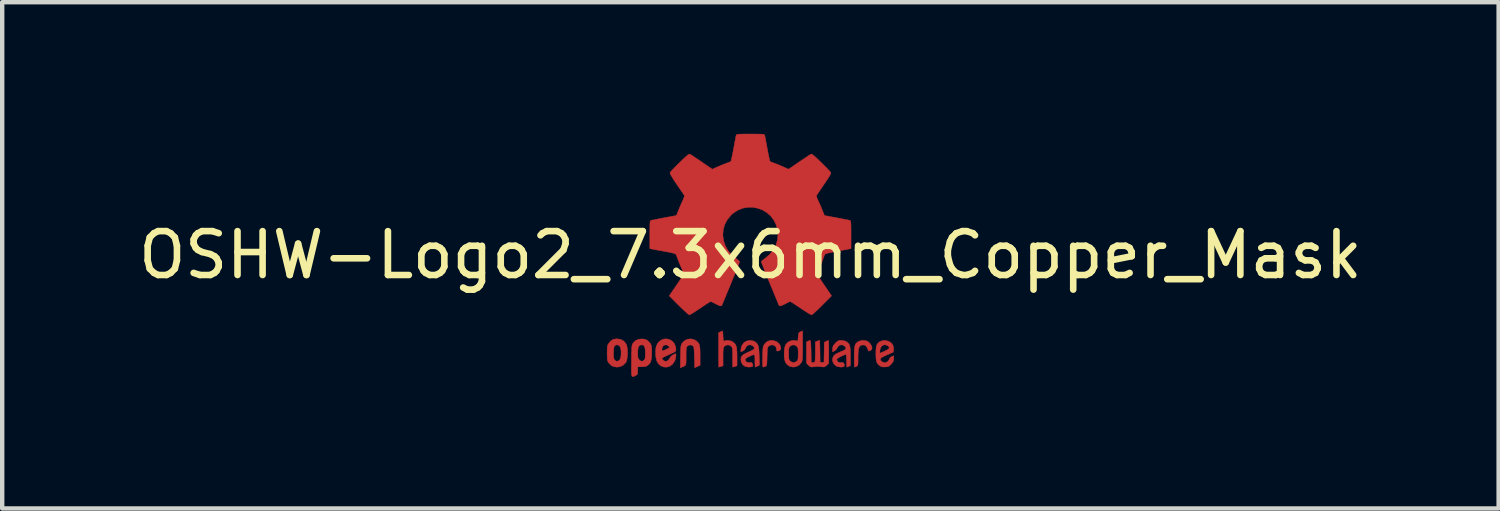
<source format=kicad_pcb>
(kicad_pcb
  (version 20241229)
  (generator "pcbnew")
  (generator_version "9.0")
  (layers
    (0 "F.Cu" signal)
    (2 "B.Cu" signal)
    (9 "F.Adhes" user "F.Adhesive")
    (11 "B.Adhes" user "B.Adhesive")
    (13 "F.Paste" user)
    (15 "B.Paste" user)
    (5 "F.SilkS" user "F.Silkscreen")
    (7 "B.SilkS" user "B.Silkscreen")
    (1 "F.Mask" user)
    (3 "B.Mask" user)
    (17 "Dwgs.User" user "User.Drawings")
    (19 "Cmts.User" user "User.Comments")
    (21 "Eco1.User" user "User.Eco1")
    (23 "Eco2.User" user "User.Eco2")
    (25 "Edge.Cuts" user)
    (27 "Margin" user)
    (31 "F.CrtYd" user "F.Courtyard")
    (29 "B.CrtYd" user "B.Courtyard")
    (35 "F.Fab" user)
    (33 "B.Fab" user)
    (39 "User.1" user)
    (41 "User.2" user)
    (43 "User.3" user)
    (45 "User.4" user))
  (footprint "OSHW-Logo2_7.3x6mm_Copper_Mask"
    (layer "F.Cu")
    (at 14.054 2.763)
    (property "Reference" "OSHW-Logo2_7.3x6mm_Copper_Mask" (at 0 0 0) (layer "F.SilkS") (effects (font (size 1 1) (thickness 0.15))))
    (attr exclude_from_pos_files exclude_from_bom)
    (fp_poly (pts (xy 2.653 1.959) (xy 2.67 1.966) (xy 2.711 1.999) (xy 2.747 2.047) (xy 2.769 2.097) (xy 2.772 2.122) (xy 2.76 2.157) (xy 2.734 2.175) (xy 2.706 2.187) (xy 2.693 2.189) (xy 2.687 2.174) (xy 2.674 2.141) (xy 2.669 2.127) (xy 2.639 2.076) (xy 2.595 2.05) (xy 2.538 2.051) (xy 2.534 2.052) (xy 2.504 2.067) (xy 2.481 2.094) (xy 2.466 2.139) (xy 2.457 2.205) (xy 2.453 2.294) (xy 2.453 2.341) (xy 2.453 2.416) (xy 2.452 2.467) (xy 2.448 2.499) (xy 2.442 2.518) (xy 2.432 2.529) (xy 2.417 2.537) (xy 2.416 2.538) (xy 2.387 2.55) (xy 2.372 2.555) (xy 2.37 2.541) (xy 2.368 2.503) (xy 2.367 2.446) (xy 2.366 2.374) (xy 2.366 2.322) (xy 2.367 2.22) (xy 2.37 2.143) (xy 2.377 2.086) (xy 2.389 2.045) (xy 2.407 2.014) (xy 2.432 1.99) (xy 2.457 1.973) (xy 2.517 1.951) (xy 2.587 1.946) (xy 2.653 1.959)) (stroke (width 0.01) (type solid)) (fill yes) (layer "F.Cu"))
    (fp_poly (pts (xy -1.284 1.928) (xy -1.237 1.955) (xy -1.205 1.981) (xy -1.181 2.009) (xy -1.165 2.044) (xy -1.155 2.089) (xy -1.149 2.151) (xy -1.147 2.234) (xy -1.147 2.293) (xy -1.147 2.512) (xy -1.208 2.54) (xy -1.27 2.568) (xy -1.277 2.328) (xy -1.28 2.238) (xy -1.283 2.173) (xy -1.287 2.128) (xy -1.293 2.099) (xy -1.3 2.081) (xy -1.31 2.07) (xy -1.313 2.067) (xy -1.36 2.048) (xy -1.408 2.056) (xy -1.437 2.076) (xy -1.449 2.09) (xy -1.457 2.108) (xy -1.462 2.136) (xy -1.465 2.179) (xy -1.466 2.242) (xy -1.466 2.307) (xy -1.466 2.389) (xy -1.467 2.447) (xy -1.472 2.486) (xy -1.482 2.512) (xy -1.499 2.528) (xy -1.525 2.541) (xy -1.56 2.554) (xy -1.598 2.569) (xy -1.594 2.311) (xy -1.592 2.219) (xy -1.59 2.15) (xy -1.587 2.101) (xy -1.582 2.066) (xy -1.575 2.042) (xy -1.566 2.022) (xy -1.554 2.005) (xy -1.499 1.95) (xy -1.431 1.918) (xy -1.357 1.91) (xy -1.284 1.928)) (stroke (width 0.01) (type solid)) (fill yes) (layer "F.Cu"))
    (fp_poly (pts (xy 0.53 1.95) (xy 0.596 1.974) (xy 0.649 2.017) (xy 0.67 2.047) (xy 0.693 2.103) (xy 0.692 2.143) (xy 0.669 2.17) (xy 0.66 2.175) (xy 0.622 2.189) (xy 0.602 2.185) (xy 0.595 2.161) (xy 0.595 2.148) (xy 0.583 2.099) (xy 0.551 2.065) (xy 0.508 2.048) (xy 0.459 2.053) (xy 0.419 2.074) (xy 0.405 2.087) (xy 0.396 2.101) (xy 0.389 2.124) (xy 0.385 2.159) (xy 0.383 2.212) (xy 0.381 2.288) (xy 0.38 2.312) (xy 0.378 2.394) (xy 0.376 2.451) (xy 0.372 2.49) (xy 0.367 2.513) (xy 0.359 2.526) (xy 0.347 2.535) (xy 0.339 2.538) (xy 0.307 2.55) (xy 0.288 2.555) (xy 0.282 2.541) (xy 0.278 2.5) (xy 0.277 2.431) (xy 0.278 2.334) (xy 0.278 2.319) (xy 0.28 2.23) (xy 0.283 2.165) (xy 0.286 2.119) (xy 0.292 2.087) (xy 0.3 2.064) (xy 0.311 2.044) (xy 0.317 2.035) (xy 0.35 1.998) (xy 0.388 1.969) (xy 0.392 1.966) (xy 0.459 1.946) (xy 0.53 1.95)) (stroke (width 0.01) (type solid)) (fill yes) (layer "F.Cu"))
    (fp_poly (pts (xy -0.624 1.851) (xy -0.62 1.911) (xy -0.615 1.946) (xy -0.608 1.961) (xy -0.598 1.961) (xy -0.595 1.959) (xy -0.552 1.946) (xy -0.497 1.947) (xy -0.44 1.96) (xy -0.405 1.978) (xy -0.369 2.006) (xy -0.342 2.038) (xy -0.324 2.078) (xy -0.313 2.132) (xy -0.307 2.204) (xy -0.305 2.299) (xy -0.305 2.317) (xy -0.305 2.523) (xy -0.351 2.539) (xy -0.383 2.549) (xy -0.401 2.554) (xy -0.401 2.555) (xy -0.403 2.541) (xy -0.405 2.503) (xy -0.406 2.446) (xy -0.406 2.375) (xy -0.406 2.332) (xy -0.407 2.247) (xy -0.408 2.186) (xy -0.41 2.144) (xy -0.415 2.117) (xy -0.422 2.098) (xy -0.433 2.085) (xy -0.44 2.078) (xy -0.487 2.051) (xy -0.538 2.049) (xy -0.584 2.072) (xy -0.593 2.08) (xy -0.605 2.095) (xy -0.614 2.114) (xy -0.619 2.14) (xy -0.622 2.18) (xy -0.624 2.238) (xy -0.624 2.318) (xy -0.624 2.523) (xy -0.67 2.539) (xy -0.702 2.549) (xy -0.72 2.554) (xy -0.721 2.555) (xy -0.722 2.541) (xy -0.723 2.501) (xy -0.724 2.441) (xy -0.725 2.362) (xy -0.726 2.269) (xy -0.726 2.167) (xy -0.726 1.769) (xy -0.679 1.749) (xy -0.631 1.73) (xy -0.624 1.851)) (stroke (width 0.01) (type solid)) (fill yes) (layer "F.Cu"))
    (fp_poly (pts (xy 1.78 1.959) (xy 1.782 1.997) (xy 1.784 2.055) (xy 1.785 2.128) (xy 1.785 2.205) (xy 1.785 2.465) (xy 1.739 2.511) (xy 1.708 2.539) (xy 1.68 2.551) (xy 1.642 2.55) (xy 1.627 2.548) (xy 1.58 2.543) (xy 1.541 2.54) (xy 1.531 2.54) (xy 1.499 2.541) (xy 1.453 2.546) (xy 1.436 2.548) (xy 1.392 2.552) (xy 1.363 2.544) (xy 1.334 2.521) (xy 1.323 2.511) (xy 1.277 2.465) (xy 1.277 1.979) (xy 1.314 1.962) (xy 1.346 1.949) (xy 1.365 1.945) (xy 1.369 1.959) (xy 1.374 1.997) (xy 1.378 2.056) (xy 1.381 2.132) (xy 1.382 2.195) (xy 1.386 2.446) (xy 1.421 2.451) (xy 1.452 2.447) (xy 1.468 2.436) (xy 1.472 2.415) (xy 1.476 2.371) (xy 1.478 2.309) (xy 1.48 2.235) (xy 1.48 2.197) (xy 1.48 1.977) (xy 1.526 1.961) (xy 1.559 1.95) (xy 1.576 1.945) (xy 1.577 1.945) (xy 1.578 1.959) (xy 1.58 1.997) (xy 1.582 2.054) (xy 1.584 2.127) (xy 1.585 2.195) (xy 1.589 2.446) (xy 1.676 2.446) (xy 1.68 2.217) (xy 1.684 1.989) (xy 1.727 1.967) (xy 1.758 1.952) (xy 1.777 1.945) (xy 1.777 1.945) (xy 1.78 1.959)) (stroke (width 0.01) (type solid)) (fill yes) (layer "F.Cu"))
    (fp_poly (pts (xy -2.959 1.922) (xy -2.891 1.958) (xy -2.841 2.015) (xy -2.823 2.052) (xy -2.809 2.108) (xy -2.802 2.178) (xy -2.801 2.255) (xy -2.807 2.33) (xy -2.818 2.394) (xy -2.834 2.441) (xy -2.839 2.449) (xy -2.9 2.509) (xy -2.971 2.545) (xy -3.049 2.555) (xy -3.127 2.539) (xy -3.149 2.529) (xy -3.192 2.499) (xy -3.229 2.459) (xy -3.233 2.454) (xy -3.247 2.43) (xy -3.257 2.404) (xy -3.262 2.37) (xy -3.265 2.321) (xy -3.266 2.251) (xy -3.266 2.235) (xy -3.266 2.23) (xy -3.121 2.23) (xy -3.12 2.296) (xy -3.116 2.34) (xy -3.109 2.369) (xy -3.098 2.388) (xy -3.092 2.395) (xy -3.057 2.42) (xy -3.023 2.419) (xy -2.989 2.397) (xy -2.969 2.374) (xy -2.957 2.34) (xy -2.95 2.288) (xy -2.949 2.281) (xy -2.948 2.186) (xy -2.96 2.114) (xy -2.985 2.068) (xy -3.023 2.048) (xy -3.037 2.047) (xy -3.073 2.052) (xy -3.097 2.072) (xy -3.112 2.109) (xy -3.119 2.168) (xy -3.121 2.23) (xy -3.266 2.23) (xy -3.265 2.16) (xy -3.263 2.108) (xy -3.258 2.072) (xy -3.249 2.045) (xy -3.236 2.022) (xy -3.233 2.017) (xy -3.184 1.958) (xy -3.13 1.924) (xy -3.064 1.91) (xy -3.042 1.91) (xy -2.959 1.922)) (stroke (width 0.01) (type solid)) (fill yes) (layer "F.Cu"))
    (fp_poly (pts (xy 3.154 1.967) (xy 3.211 2.004) (xy 3.239 2.038) (xy 3.261 2.099) (xy 3.262 2.147) (xy 3.258 2.212) (xy 3.11 2.277) (xy 3.037 2.31) (xy 2.99 2.337) (xy 2.966 2.36) (xy 2.961 2.383) (xy 2.975 2.407) (xy 2.99 2.424) (xy 3.034 2.45) (xy 3.081 2.452) (xy 3.125 2.432) (xy 3.157 2.391) (xy 3.163 2.376) (xy 3.191 2.331) (xy 3.222 2.312) (xy 3.266 2.296) (xy 3.266 2.358) (xy 3.262 2.4) (xy 3.247 2.436) (xy 3.215 2.477) (xy 3.211 2.482) (xy 3.176 2.519) (xy 3.145 2.538) (xy 3.108 2.547) (xy 3.076 2.55) (xy 3.02 2.551) (xy 2.981 2.542) (xy 2.956 2.528) (xy 2.917 2.497) (xy 2.89 2.465) (xy 2.873 2.423) (xy 2.863 2.368) (xy 2.86 2.291) (xy 2.859 2.253) (xy 2.86 2.206) (xy 2.948 2.206) (xy 2.949 2.231) (xy 2.952 2.235) (xy 2.968 2.23) (xy 3.004 2.215) (xy 3.052 2.194) (xy 3.062 2.19) (xy 3.123 2.159) (xy 3.157 2.132) (xy 3.164 2.106) (xy 3.146 2.08) (xy 3.132 2.069) (xy 3.079 2.046) (xy 3.03 2.05) (xy 2.989 2.078) (xy 2.961 2.127) (xy 2.952 2.166) (xy 2.948 2.206) (xy 2.86 2.206) (xy 2.861 2.162) (xy 2.868 2.095) (xy 2.882 2.047) (xy 2.904 2.011) (xy 2.937 1.983) (xy 2.951 1.973) (xy 3.015 1.95) (xy 3.085 1.948) (xy 3.154 1.967)) (stroke (width 0.01) (type solid)) (fill yes) (layer "F.Cu"))
    (fp_poly (pts (xy 1.19 2.065) (xy 1.19 2.174) (xy 1.189 2.257) (xy 1.188 2.32) (xy 1.185 2.365) (xy 1.181 2.397) (xy 1.175 2.421) (xy 1.167 2.439) (xy 1.161 2.449) (xy 1.112 2.506) (xy 1.049 2.541) (xy 0.98 2.554) (xy 0.911 2.542) (xy 0.869 2.522) (xy 0.826 2.485) (xy 0.796 2.441) (xy 0.779 2.383) (xy 0.77 2.306) (xy 0.769 2.25) (xy 0.769 2.246) (xy 0.871 2.246) (xy 0.871 2.311) (xy 0.874 2.354) (xy 0.881 2.382) (xy 0.893 2.402) (xy 0.906 2.417) (xy 0.953 2.447) (xy 1.004 2.449) (xy 1.051 2.425) (xy 1.055 2.421) (xy 1.071 2.404) (xy 1.081 2.383) (xy 1.086 2.352) (xy 1.088 2.305) (xy 1.089 2.252) (xy 1.088 2.185) (xy 1.085 2.141) (xy 1.078 2.112) (xy 1.066 2.091) (xy 1.057 2.08) (xy 1.013 2.052) (xy 0.962 2.049) (xy 0.914 2.07) (xy 0.904 2.078) (xy 0.889 2.096) (xy 0.879 2.117) (xy 0.873 2.148) (xy 0.871 2.196) (xy 0.871 2.246) (xy 0.769 2.246) (xy 0.773 2.159) (xy 0.785 2.09) (xy 0.807 2.039) (xy 0.842 1.998) (xy 0.869 1.978) (xy 0.919 1.956) (xy 0.976 1.945) (xy 1.03 1.948) (xy 1.06 1.959) (xy 1.071 1.962) (xy 1.079 1.951) (xy 1.084 1.919) (xy 1.089 1.871) (xy 1.093 1.817) (xy 1.099 1.784) (xy 1.111 1.766) (xy 1.131 1.754) (xy 1.143 1.748) (xy 1.19 1.729) (xy 1.19 2.065)) (stroke (width 0.01) (type solid)) (fill yes) (layer "F.Cu"))
    (fp_poly (pts (xy -1.832 1.931) (xy -1.774 1.97) (xy -1.73 2.025) (xy -1.704 2.096) (xy -1.698 2.148) (xy -1.699 2.17) (xy -1.704 2.187) (xy -1.718 2.201) (xy -1.745 2.218) (xy -1.79 2.239) (xy -1.857 2.269) (xy -1.858 2.27) (xy -1.92 2.298) (xy -1.97 2.323) (xy -2.005 2.342) (xy -2.017 2.353) (xy -2.017 2.353) (xy -2.006 2.376) (xy -1.98 2.402) (xy -1.949 2.42) (xy -1.934 2.424) (xy -1.891 2.411) (xy -1.855 2.379) (xy -1.837 2.345) (xy -1.82 2.319) (xy -1.787 2.29) (xy -1.748 2.264) (xy -1.713 2.25) (xy -1.706 2.25) (xy -1.698 2.262) (xy -1.697 2.294) (xy -1.703 2.337) (xy -1.715 2.383) (xy -1.73 2.423) (xy -1.731 2.424) (xy -1.777 2.489) (xy -1.837 2.533) (xy -1.906 2.555) (xy -1.976 2.552) (xy -2.044 2.524) (xy -2.047 2.522) (xy -2.101 2.473) (xy -2.136 2.41) (xy -2.155 2.327) (xy -2.158 2.304) (xy -2.162 2.194) (xy -2.157 2.143) (xy -2.017 2.143) (xy -2.016 2.175) (xy -2.006 2.184) (xy -1.981 2.177) (xy -1.942 2.161) (xy -1.899 2.14) (xy -1.898 2.139) (xy -1.861 2.12) (xy -1.846 2.107) (xy -1.85 2.093) (xy -1.865 2.076) (xy -1.904 2.05) (xy -1.946 2.048) (xy -1.984 2.067) (xy -2.01 2.103) (xy -2.017 2.143) (xy -2.157 2.143) (xy -2.153 2.106) (xy -2.128 2.036) (xy -2.095 1.987) (xy -2.033 1.938) (xy -1.966 1.913) (xy -1.897 1.912) (xy -1.832 1.931)) (stroke (width 0.01) (type solid)) (fill yes) (layer "F.Cu"))
    (fp_poly (pts (xy 0.04 1.951) (xy 0.097 1.972) (xy 0.097 1.972) (xy 0.132 1.998) (xy 0.158 2.029) (xy 0.177 2.068) (xy 0.189 2.121) (xy 0.196 2.194) (xy 0.2 2.289) (xy 0.201 2.303) (xy 0.206 2.509) (xy 0.162 2.532) (xy 0.13 2.547) (xy 0.11 2.554) (xy 0.11 2.555) (xy 0.106 2.541) (xy 0.104 2.505) (xy 0.102 2.451) (xy 0.102 2.408) (xy 0.102 2.339) (xy 0.098 2.295) (xy 0.087 2.274) (xy 0.064 2.273) (xy 0.022 2.289) (xy -0.04 2.318) (xy -0.086 2.342) (xy -0.109 2.363) (xy -0.116 2.386) (xy -0.116 2.387) (xy -0.105 2.426) (xy -0.071 2.447) (xy -0.019 2.451) (xy 0.018 2.45) (xy 0.038 2.461) (xy 0.05 2.487) (xy 0.057 2.519) (xy 0.047 2.538) (xy 0.043 2.541) (xy 0.007 2.551) (xy -0.043 2.553) (xy -0.095 2.546) (xy -0.132 2.533) (xy -0.183 2.49) (xy -0.212 2.429) (xy -0.218 2.382) (xy -0.213 2.34) (xy -0.198 2.305) (xy -0.166 2.275) (xy -0.115 2.244) (xy -0.041 2.209) (xy -0.036 2.207) (xy 0.031 2.176) (xy 0.072 2.151) (xy 0.09 2.128) (xy 0.086 2.105) (xy 0.063 2.078) (xy 0.056 2.072) (xy 0.009 2.048) (xy -0.04 2.049) (xy -0.082 2.072) (xy -0.111 2.116) (xy -0.113 2.124) (xy -0.139 2.165) (xy -0.171 2.185) (xy -0.218 2.205) (xy -0.218 2.154) (xy -0.204 2.08) (xy -0.161 2.012) (xy -0.139 1.99) (xy -0.089 1.961) (xy -0.026 1.947) (xy 0.04 1.951)) (stroke (width 0.01) (type solid)) (fill yes) (layer "F.Cu"))
    (fp_poly (pts (xy -2.4 1.92) (xy -2.345 1.948) (xy -2.296 1.998) (xy -2.282 2.017) (xy -2.268 2.042) (xy -2.258 2.069) (xy -2.253 2.105) (xy -2.25 2.156) (xy -2.25 2.224) (xy -2.252 2.318) (xy -2.261 2.388) (xy -2.277 2.44) (xy -2.303 2.48) (xy -2.34 2.513) (xy -2.342 2.515) (xy -2.379 2.535) (xy -2.422 2.545) (xy -2.478 2.547) (xy -2.569 2.547) (xy -2.569 2.635) (xy -2.57 2.684) (xy -2.575 2.713) (xy -2.588 2.73) (xy -2.614 2.745) (xy -2.62 2.748) (xy -2.649 2.762) (xy -2.672 2.77) (xy -2.688 2.771) (xy -2.7 2.761) (xy -2.707 2.737) (xy -2.712 2.696) (xy -2.713 2.636) (xy -2.713 2.553) (xy -2.712 2.445) (xy -2.711 2.413) (xy -2.71 2.302) (xy -2.709 2.229) (xy -2.569 2.229) (xy -2.568 2.29) (xy -2.565 2.331) (xy -2.557 2.358) (xy -2.543 2.378) (xy -2.533 2.388) (xy -2.495 2.418) (xy -2.46 2.42) (xy -2.425 2.396) (xy -2.424 2.395) (xy -2.409 2.376) (xy -2.401 2.351) (xy -2.396 2.312) (xy -2.395 2.252) (xy -2.395 2.238) (xy -2.398 2.156) (xy -2.409 2.099) (xy -2.429 2.064) (xy -2.458 2.048) (xy -2.476 2.047) (xy -2.516 2.054) (xy -2.544 2.078) (xy -2.561 2.123) (xy -2.568 2.191) (xy -2.569 2.229) (xy -2.709 2.229) (xy -2.708 2.215) (xy -2.706 2.15) (xy -2.704 2.103) (xy -2.7 2.069) (xy -2.694 2.045) (xy -2.687 2.028) (xy -2.677 2.012) (xy -2.673 2.006) (xy -2.619 1.951) (xy -2.55 1.92) (xy -2.47 1.911) (xy -2.4 1.92)) (stroke (width 0.01) (type solid)) (fill yes) (layer "F.Cu"))
    (fp_poly (pts (xy 2.145 1.956) (xy 2.187 1.975) (xy 2.219 1.998) (xy 2.244 2.024) (xy 2.26 2.057) (xy 2.271 2.103) (xy 2.276 2.165) (xy 2.279 2.249) (xy 2.279 2.305) (xy 2.279 2.521) (xy 2.242 2.538) (xy 2.213 2.55) (xy 2.198 2.555) (xy 2.195 2.541) (xy 2.193 2.505) (xy 2.192 2.452) (xy 2.192 2.409) (xy 2.19 2.348) (xy 2.187 2.3) (xy 2.182 2.271) (xy 2.178 2.264) (xy 2.153 2.271) (xy 2.112 2.287) (xy 2.066 2.309) (xy 2.021 2.333) (xy 1.986 2.355) (xy 1.97 2.37) (xy 1.97 2.37) (xy 1.971 2.397) (xy 1.984 2.423) (xy 2.006 2.444) (xy 2.038 2.451) (xy 2.065 2.451) (xy 2.104 2.45) (xy 2.124 2.459) (xy 2.136 2.483) (xy 2.138 2.488) (xy 2.143 2.522) (xy 2.129 2.543) (xy 2.092 2.552) (xy 2.052 2.554) (xy 1.981 2.541) (xy 1.943 2.521) (xy 1.898 2.476) (xy 1.873 2.42) (xy 1.871 2.361) (xy 1.892 2.306) (xy 1.923 2.271) (xy 1.953 2.252) (xy 2.002 2.228) (xy 2.058 2.203) (xy 2.068 2.199) (xy 2.13 2.172) (xy 2.166 2.148) (xy 2.177 2.124) (xy 2.167 2.097) (xy 2.148 2.076) (xy 2.104 2.05) (xy 2.056 2.048) (xy 2.012 2.068) (xy 1.981 2.108) (xy 1.977 2.118) (xy 1.952 2.156) (xy 1.917 2.184) (xy 1.872 2.207) (xy 1.872 2.141) (xy 1.875 2.102) (xy 1.886 2.07) (xy 1.911 2.036) (xy 1.935 2.01) (xy 1.972 1.974) (xy 2.001 1.954) (xy 2.033 1.946) (xy 2.068 1.945) (xy 2.145 1.956)) (stroke (width 0.01) (type solid)) (fill yes) (layer "F.Cu"))
    (fp_poly (pts (xy 0.104 -2.758) (xy 0.182 -2.757) (xy 0.239 -2.756) (xy 0.278 -2.754) (xy 0.303 -2.75) (xy 0.316 -2.744) (xy 0.323 -2.737) (xy 0.326 -2.726) (xy 0.327 -2.725) (xy 0.332 -2.701) (xy 0.341 -2.653) (xy 0.353 -2.587) (xy 0.368 -2.508) (xy 0.385 -2.42) (xy 0.385 -2.417) (xy 0.401 -2.331) (xy 0.417 -2.255) (xy 0.43 -2.194) (xy 0.44 -2.152) (xy 0.446 -2.133) (xy 0.447 -2.133) (xy 0.465 -2.124) (xy 0.502 -2.109) (xy 0.551 -2.091) (xy 0.552 -2.091) (xy 0.613 -2.068) (xy 0.686 -2.038) (xy 0.754 -2.008) (xy 0.757 -2.007) (xy 0.869 -1.956) (xy 1.115 -2.125) (xy 1.191 -2.176) (xy 1.26 -2.222) (xy 1.317 -2.26) (xy 1.359 -2.287) (xy 1.383 -2.301) (xy 1.385 -2.302) (xy 1.402 -2.298) (xy 1.434 -2.275) (xy 1.481 -2.235) (xy 1.546 -2.174) (xy 1.612 -2.11) (xy 1.676 -2.046) (xy 1.733 -1.989) (xy 1.78 -1.94) (xy 1.814 -1.904) (xy 1.83 -1.884) (xy 1.831 -1.883) (xy 1.833 -1.869) (xy 1.826 -1.847) (xy 1.809 -1.814) (xy 1.779 -1.765) (xy 1.737 -1.699) (xy 1.679 -1.614) (xy 1.629 -1.54) (xy 1.583 -1.473) (xy 1.546 -1.417) (xy 1.519 -1.378) (xy 1.506 -1.357) (xy 1.505 -1.356) (xy 1.507 -1.336) (xy 1.519 -1.298) (xy 1.54 -1.248) (xy 1.547 -1.232) (xy 1.58 -1.162) (xy 1.614 -1.082) (xy 1.642 -1.012) (xy 1.663 -0.961) (xy 1.679 -0.922) (xy 1.688 -0.901) (xy 1.689 -0.9) (xy 1.706 -0.897) (xy 1.746 -0.89) (xy 1.804 -0.879) (xy 1.875 -0.866) (xy 1.952 -0.852) (xy 2.032 -0.837) (xy 2.107 -0.822) (xy 2.174 -0.809) (xy 2.227 -0.799) (xy 2.26 -0.792) (xy 2.268 -0.79) (xy 2.276 -0.785) (xy 2.283 -0.774) (xy 2.287 -0.754) (xy 2.29 -0.72) (xy 2.292 -0.67) (xy 2.293 -0.599) (xy 2.293 -0.504) (xy 2.293 -0.465) (xy 2.293 -0.147) (xy 2.217 -0.132) (xy 2.175 -0.124) (xy 2.111 -0.112) (xy 2.035 -0.098) (xy 1.953 -0.083) (xy 1.93 -0.079) (xy 1.855 -0.064) (xy 1.789 -0.049) (xy 1.738 -0.037) (xy 1.709 -0.027) (xy 1.704 -0.024) (xy 1.691 -0.003) (xy 1.674 0.038) (xy 1.655 0.09) (xy 1.651 0.102) (xy 1.625 0.172) (xy 1.594 0.25) (xy 1.563 0.321) (xy 1.563 0.322) (xy 1.511 0.433) (xy 1.68 0.681) (xy 1.849 0.93) (xy 1.632 1.147) (xy 1.567 1.212) (xy 1.507 1.269) (xy 1.456 1.315) (xy 1.418 1.348) (xy 1.396 1.363) (xy 1.392 1.364) (xy 1.374 1.356) (xy 1.335 1.335) (xy 1.281 1.301) (xy 1.216 1.259) (xy 1.146 1.212) (xy 1.075 1.164) (xy 1.011 1.122) (xy 0.959 1.089) (xy 0.923 1.067) (xy 0.907 1.06) (xy 0.887 1.066) (xy 0.85 1.083) (xy 0.803 1.107) (xy 0.798 1.11) (xy 0.734 1.142) (xy 0.69 1.158) (xy 0.663 1.158) (xy 0.649 1.143) (xy 0.649 1.143) (xy 0.642 1.126) (xy 0.625 1.085) (xy 0.6 1.024) (xy 0.567 0.945) (xy 0.529 0.852) (xy 0.486 0.748) (xy 0.444 0.648) (xy 0.399 0.537) (xy 0.357 0.434) (xy 0.32 0.342) (xy 0.289 0.265) (xy 0.266 0.206) (xy 0.251 0.167) (xy 0.247 0.153) (xy 0.258 0.136) (xy 0.287 0.11) (xy 0.326 0.081) (xy 0.437 -0.011) (xy 0.523 -0.116) (xy 0.585 -0.233) (xy 0.62 -0.358) (xy 0.628 -0.49) (xy 0.622 -0.552) (xy 0.591 -0.678) (xy 0.538 -0.79) (xy 0.466 -0.886) (xy 0.378 -0.965) (xy 0.278 -1.026) (xy 0.168 -1.067) (xy 0.053 -1.089) (xy -0.065 -1.088) (xy -0.181 -1.066) (xy -0.294 -1.019) (xy -0.4 -0.948) (xy -0.444 -0.908) (xy -0.528 -0.805) (xy -0.587 -0.692) (xy -0.62 -0.573) (xy -0.629 -0.451) (xy -0.613 -0.329) (xy -0.573 -0.211) (xy -0.51 -0.1) (xy -0.423 0.002) (xy -0.326 0.081) (xy -0.286 0.111) (xy -0.257 0.137) (xy -0.247 0.153) (xy -0.252 0.17) (xy -0.267 0.21) (xy -0.291 0.272) (xy -0.323 0.35) (xy -0.36 0.443) (xy -0.403 0.546) (xy -0.444 0.648) (xy -0.49 0.759) (xy -0.533 0.862) (xy -0.571 0.953) (xy -0.603 1.03) (xy -0.627 1.09) (xy -0.643 1.129) (xy -0.649 1.143) (xy -0.663 1.158) (xy -0.69 1.158) (xy -0.734 1.142) (xy -0.797 1.11) (xy -0.798 1.11) (xy -0.845 1.085) (xy -0.884 1.067) (xy -0.906 1.06) (xy -0.907 1.06) (xy -0.923 1.067) (xy -0.96 1.089) (xy -1.012 1.122) (xy -1.075 1.164) (xy -1.146 1.212) (xy -1.218 1.26) (xy -1.283 1.302) (xy -1.336 1.335) (xy -1.374 1.357) (xy -1.392 1.364) (xy -1.409 1.354) (xy -1.443 1.327) (xy -1.49 1.284) (xy -1.547 1.231) (xy -1.612 1.168) (xy -1.633 1.147) (xy -1.85 0.93) (xy -1.684 0.687) (xy -1.634 0.613) (xy -1.59 0.546) (xy -1.555 0.491) (xy -1.53 0.451) (xy -1.519 0.43) (xy -1.519 0.429) (xy -1.525 0.409) (xy -1.54 0.37) (xy -1.562 0.317) (xy -1.578 0.282) (xy -1.607 0.215) (xy -1.635 0.147) (xy -1.656 0.09) (xy -1.662 0.073) (xy -1.679 0.026) (xy -1.695 -0.01) (xy -1.704 -0.024) (xy -1.723 -0.032) (xy -1.766 -0.044) (xy -1.826 -0.058) (xy -1.898 -0.073) (xy -1.93 -0.079) (xy -2.012 -0.094) (xy -2.091 -0.108) (xy -2.159 -0.121) (xy -2.208 -0.13) (xy -2.217 -0.132) (xy -2.293 -0.147) (xy -2.293 -0.465) (xy -2.293 -0.569) (xy -2.292 -0.648) (xy -2.291 -0.705) (xy -2.288 -0.744) (xy -2.284 -0.769) (xy -2.279 -0.782) (xy -2.271 -0.789) (xy -2.268 -0.79) (xy -2.249 -0.794) (xy -2.207 -0.802) (xy -2.148 -0.814) (xy -2.077 -0.828) (xy -1.999 -0.843) (xy -1.92 -0.858) (xy -1.845 -0.872) (xy -1.779 -0.884) (xy -1.727 -0.894) (xy -1.696 -0.899) (xy -1.689 -0.9) (xy -1.683 -0.912) (xy -1.669 -0.946) (xy -1.65 -0.994) (xy -1.642 -1.012) (xy -1.613 -1.085) (xy -1.578 -1.165) (xy -1.547 -1.232) (xy -1.525 -1.284) (xy -1.51 -1.326) (xy -1.504 -1.352) (xy -1.505 -1.356) (xy -1.516 -1.372) (xy -1.54 -1.409) (xy -1.576 -1.461) (xy -1.62 -1.526) (xy -1.67 -1.6) (xy -1.68 -1.614) (xy -1.738 -1.7) (xy -1.78 -1.766) (xy -1.809 -1.814) (xy -1.826 -1.847) (xy -1.833 -1.869) (xy -1.831 -1.883) (xy -1.831 -1.883) (xy -1.816 -1.901) (xy -1.785 -1.935) (xy -1.739 -1.983) (xy -1.683 -2.04) (xy -1.62 -2.103) (xy -1.612 -2.11) (xy -1.533 -2.187) (xy -1.471 -2.244) (xy -1.427 -2.281) (xy -1.398 -2.3) (xy -1.385 -2.302) (xy -1.367 -2.292) (xy -1.328 -2.267) (xy -1.274 -2.231) (xy -1.207 -2.187) (xy -1.133 -2.137) (xy -1.115 -2.125) (xy -0.869 -1.956) (xy -0.757 -2.007) (xy -0.69 -2.036) (xy -0.617 -2.066) (xy -0.554 -2.09) (xy -0.552 -2.091) (xy -0.503 -2.109) (xy -0.465 -2.124) (xy -0.447 -2.133) (xy -0.447 -2.133) (xy -0.441 -2.149) (xy -0.431 -2.19) (xy -0.418 -2.25) (xy -0.403 -2.325) (xy -0.386 -2.41) (xy -0.385 -2.417) (xy -0.369 -2.505) (xy -0.354 -2.585) (xy -0.341 -2.651) (xy -0.332 -2.7) (xy -0.327 -2.725) (xy -0.327 -2.725) (xy -0.323 -2.736) (xy -0.317 -2.744) (xy -0.305 -2.75) (xy -0.281 -2.753) (xy -0.244 -2.756) (xy -0.19 -2.757) (xy -0.114 -2.758) (xy -0.013 -2.758) (xy 0 -2.758) (xy 0.104 -2.758)) (stroke (width 0.01) (type solid)) (fill yes) (layer "F.Cu"))
    (fp_poly (pts (xy 2.653 1.959) (xy 2.67 1.966) (xy 2.711 1.999) (xy 2.747 2.047) (xy 2.769 2.097) (xy 2.772 2.122) (xy 2.76 2.157) (xy 2.734 2.175) (xy 2.706 2.187) (xy 2.693 2.189) (xy 2.687 2.174) (xy 2.674 2.141) (xy 2.669 2.127) (xy 2.639 2.076) (xy 2.595 2.05) (xy 2.538 2.051) (xy 2.534 2.052) (xy 2.504 2.067) (xy 2.481 2.094) (xy 2.466 2.139) (xy 2.457 2.205) (xy 2.453 2.294) (xy 2.453 2.341) (xy 2.453 2.416) (xy 2.452 2.467) (xy 2.448 2.499) (xy 2.442 2.518) (xy 2.432 2.529) (xy 2.417 2.537) (xy 2.416 2.538) (xy 2.387 2.55) (xy 2.372 2.555) (xy 2.37 2.541) (xy 2.368 2.503) (xy 2.367 2.446) (xy 2.366 2.374) (xy 2.366 2.322) (xy 2.367 2.22) (xy 2.37 2.143) (xy 2.377 2.086) (xy 2.389 2.045) (xy 2.407 2.014) (xy 2.432 1.99) (xy 2.457 1.973) (xy 2.517 1.951) (xy 2.587 1.946) (xy 2.653 1.959)) (stroke (width 0.01) (type solid)) (fill yes) (layer "F.Mask"))
    (fp_poly (pts (xy -1.284 1.928) (xy -1.237 1.955) (xy -1.205 1.981) (xy -1.181 2.009) (xy -1.165 2.044) (xy -1.155 2.089) (xy -1.149 2.151) (xy -1.147 2.234) (xy -1.147 2.293) (xy -1.147 2.512) (xy -1.208 2.54) (xy -1.27 2.568) (xy -1.277 2.328) (xy -1.28 2.238) (xy -1.283 2.173) (xy -1.287 2.128) (xy -1.293 2.099) (xy -1.3 2.081) (xy -1.31 2.07) (xy -1.313 2.067) (xy -1.36 2.048) (xy -1.408 2.056) (xy -1.437 2.076) (xy -1.449 2.09) (xy -1.457 2.108) (xy -1.462 2.136) (xy -1.465 2.179) (xy -1.466 2.242) (xy -1.466 2.307) (xy -1.466 2.389) (xy -1.467 2.447) (xy -1.472 2.486) (xy -1.482 2.512) (xy -1.499 2.528) (xy -1.525 2.541) (xy -1.56 2.554) (xy -1.598 2.569) (xy -1.594 2.311) (xy -1.592 2.219) (xy -1.59 2.15) (xy -1.587 2.101) (xy -1.582 2.066) (xy -1.575 2.042) (xy -1.566 2.022) (xy -1.554 2.005) (xy -1.499 1.95) (xy -1.431 1.918) (xy -1.357 1.91) (xy -1.284 1.928)) (stroke (width 0.01) (type solid)) (fill yes) (layer "F.Mask"))
    (fp_poly (pts (xy 0.53 1.95) (xy 0.596 1.974) (xy 0.649 2.017) (xy 0.67 2.047) (xy 0.693 2.103) (xy 0.692 2.143) (xy 0.669 2.17) (xy 0.66 2.175) (xy 0.622 2.189) (xy 0.602 2.185) (xy 0.595 2.161) (xy 0.595 2.148) (xy 0.583 2.099) (xy 0.551 2.065) (xy 0.508 2.048) (xy 0.459 2.053) (xy 0.419 2.074) (xy 0.405 2.087) (xy 0.396 2.101) (xy 0.389 2.124) (xy 0.385 2.159) (xy 0.383 2.212) (xy 0.381 2.288) (xy 0.38 2.312) (xy 0.378 2.394) (xy 0.376 2.451) (xy 0.372 2.49) (xy 0.367 2.513) (xy 0.359 2.526) (xy 0.347 2.535) (xy 0.339 2.538) (xy 0.307 2.55) (xy 0.288 2.555) (xy 0.282 2.541) (xy 0.278 2.5) (xy 0.277 2.431) (xy 0.278 2.334) (xy 0.278 2.319) (xy 0.28 2.23) (xy 0.283 2.165) (xy 0.286 2.119) (xy 0.292 2.087) (xy 0.3 2.064) (xy 0.311 2.044) (xy 0.317 2.035) (xy 0.35 1.998) (xy 0.388 1.969) (xy 0.392 1.966) (xy 0.459 1.946) (xy 0.53 1.95)) (stroke (width 0.01) (type solid)) (fill yes) (layer "F.Mask"))
    (fp_poly (pts (xy -0.624 1.851) (xy -0.62 1.911) (xy -0.615 1.946) (xy -0.608 1.961) (xy -0.598 1.961) (xy -0.595 1.959) (xy -0.552 1.946) (xy -0.497 1.947) (xy -0.44 1.96) (xy -0.405 1.978) (xy -0.369 2.006) (xy -0.342 2.038) (xy -0.324 2.078) (xy -0.313 2.132) (xy -0.307 2.204) (xy -0.305 2.299) (xy -0.305 2.317) (xy -0.305 2.523) (xy -0.351 2.539) (xy -0.383 2.549) (xy -0.401 2.554) (xy -0.401 2.555) (xy -0.403 2.541) (xy -0.405 2.503) (xy -0.406 2.446) (xy -0.406 2.375) (xy -0.406 2.332) (xy -0.407 2.247) (xy -0.408 2.186) (xy -0.41 2.144) (xy -0.415 2.117) (xy -0.422 2.098) (xy -0.433 2.085) (xy -0.44 2.078) (xy -0.487 2.051) (xy -0.538 2.049) (xy -0.584 2.072) (xy -0.593 2.08) (xy -0.605 2.095) (xy -0.614 2.114) (xy -0.619 2.14) (xy -0.622 2.18) (xy -0.624 2.238) (xy -0.624 2.318) (xy -0.624 2.523) (xy -0.67 2.539) (xy -0.702 2.549) (xy -0.72 2.554) (xy -0.721 2.555) (xy -0.722 2.541) (xy -0.723 2.501) (xy -0.724 2.441) (xy -0.725 2.362) (xy -0.726 2.269) (xy -0.726 2.167) (xy -0.726 1.769) (xy -0.679 1.749) (xy -0.631 1.73) (xy -0.624 1.851)) (stroke (width 0.01) (type solid)) (fill yes) (layer "F.Mask"))
    (fp_poly (pts (xy 1.78 1.959) (xy 1.782 1.997) (xy 1.784 2.055) (xy 1.785 2.128) (xy 1.785 2.205) (xy 1.785 2.465) (xy 1.739 2.511) (xy 1.708 2.539) (xy 1.68 2.551) (xy 1.642 2.55) (xy 1.627 2.548) (xy 1.58 2.543) (xy 1.541 2.54) (xy 1.531 2.54) (xy 1.499 2.541) (xy 1.453 2.546) (xy 1.436 2.548) (xy 1.392 2.552) (xy 1.363 2.544) (xy 1.334 2.521) (xy 1.323 2.511) (xy 1.277 2.465) (xy 1.277 1.979) (xy 1.314 1.962) (xy 1.346 1.949) (xy 1.365 1.945) (xy 1.369 1.959) (xy 1.374 1.997) (xy 1.378 2.056) (xy 1.381 2.132) (xy 1.382 2.195) (xy 1.386 2.446) (xy 1.421 2.451) (xy 1.452 2.447) (xy 1.468 2.436) (xy 1.472 2.415) (xy 1.476 2.371) (xy 1.478 2.309) (xy 1.48 2.235) (xy 1.48 2.197) (xy 1.48 1.977) (xy 1.526 1.961) (xy 1.559 1.95) (xy 1.576 1.945) (xy 1.577 1.945) (xy 1.578 1.959) (xy 1.58 1.997) (xy 1.582 2.054) (xy 1.584 2.127) (xy 1.585 2.195) (xy 1.589 2.446) (xy 1.676 2.446) (xy 1.68 2.217) (xy 1.684 1.989) (xy 1.727 1.967) (xy 1.758 1.952) (xy 1.777 1.945) (xy 1.777 1.945) (xy 1.78 1.959)) (stroke (width 0.01) (type solid)) (fill yes) (layer "F.Mask"))
    (fp_poly (pts (xy -2.959 1.922) (xy -2.891 1.958) (xy -2.841 2.015) (xy -2.823 2.052) (xy -2.809 2.108) (xy -2.802 2.178) (xy -2.801 2.255) (xy -2.807 2.33) (xy -2.818 2.394) (xy -2.834 2.441) (xy -2.839 2.449) (xy -2.9 2.509) (xy -2.971 2.545) (xy -3.049 2.555) (xy -3.127 2.539) (xy -3.149 2.529) (xy -3.192 2.499) (xy -3.229 2.459) (xy -3.233 2.454) (xy -3.247 2.43) (xy -3.257 2.404) (xy -3.262 2.37) (xy -3.265 2.321) (xy -3.266 2.251) (xy -3.266 2.235) (xy -3.266 2.23) (xy -3.121 2.23) (xy -3.12 2.296) (xy -3.116 2.34) (xy -3.109 2.369) (xy -3.098 2.388) (xy -3.092 2.395) (xy -3.057 2.42) (xy -3.023 2.419) (xy -2.989 2.397) (xy -2.969 2.374) (xy -2.957 2.34) (xy -2.95 2.288) (xy -2.949 2.281) (xy -2.948 2.186) (xy -2.96 2.114) (xy -2.985 2.068) (xy -3.023 2.048) (xy -3.037 2.047) (xy -3.073 2.052) (xy -3.097 2.072) (xy -3.112 2.109) (xy -3.119 2.168) (xy -3.121 2.23) (xy -3.266 2.23) (xy -3.265 2.16) (xy -3.263 2.108) (xy -3.258 2.072) (xy -3.249 2.045) (xy -3.236 2.022) (xy -3.233 2.017) (xy -3.184 1.958) (xy -3.13 1.924) (xy -3.064 1.91) (xy -3.042 1.91) (xy -2.959 1.922)) (stroke (width 0.01) (type solid)) (fill yes) (layer "F.Mask"))
    (fp_poly (pts (xy 3.154 1.967) (xy 3.211 2.004) (xy 3.239 2.038) (xy 3.261 2.099) (xy 3.262 2.147) (xy 3.258 2.212) (xy 3.11 2.277) (xy 3.037 2.31) (xy 2.99 2.337) (xy 2.966 2.36) (xy 2.961 2.383) (xy 2.975 2.407) (xy 2.99 2.424) (xy 3.034 2.45) (xy 3.081 2.452) (xy 3.125 2.432) (xy 3.157 2.391) (xy 3.163 2.376) (xy 3.191 2.331) (xy 3.222 2.312) (xy 3.266 2.296) (xy 3.266 2.358) (xy 3.262 2.4) (xy 3.247 2.436) (xy 3.215 2.477) (xy 3.211 2.482) (xy 3.176 2.519) (xy 3.145 2.538) (xy 3.108 2.547) (xy 3.076 2.55) (xy 3.02 2.551) (xy 2.981 2.542) (xy 2.956 2.528) (xy 2.917 2.497) (xy 2.89 2.465) (xy 2.873 2.423) (xy 2.863 2.368) (xy 2.86 2.291) (xy 2.859 2.253) (xy 2.86 2.206) (xy 2.948 2.206) (xy 2.949 2.231) (xy 2.952 2.235) (xy 2.968 2.23) (xy 3.004 2.215) (xy 3.052 2.194) (xy 3.062 2.19) (xy 3.123 2.159) (xy 3.157 2.132) (xy 3.164 2.106) (xy 3.146 2.08) (xy 3.132 2.069) (xy 3.079 2.046) (xy 3.03 2.05) (xy 2.989 2.078) (xy 2.961 2.127) (xy 2.952 2.166) (xy 2.948 2.206) (xy 2.86 2.206) (xy 2.861 2.162) (xy 2.868 2.095) (xy 2.882 2.047) (xy 2.904 2.011) (xy 2.937 1.983) (xy 2.951 1.973) (xy 3.015 1.95) (xy 3.085 1.948) (xy 3.154 1.967)) (stroke (width 0.01) (type solid)) (fill yes) (layer "F.Mask"))
    (fp_poly (pts (xy 1.19 2.065) (xy 1.19 2.174) (xy 1.189 2.257) (xy 1.188 2.32) (xy 1.185 2.365) (xy 1.181 2.397) (xy 1.175 2.421) (xy 1.167 2.439) (xy 1.161 2.449) (xy 1.112 2.506) (xy 1.049 2.541) (xy 0.98 2.554) (xy 0.911 2.542) (xy 0.869 2.522) (xy 0.826 2.485) (xy 0.796 2.441) (xy 0.779 2.383) (xy 0.77 2.306) (xy 0.769 2.25) (xy 0.769 2.246) (xy 0.871 2.246) (xy 0.871 2.311) (xy 0.874 2.354) (xy 0.881 2.382) (xy 0.893 2.402) (xy 0.906 2.417) (xy 0.953 2.447) (xy 1.004 2.449) (xy 1.051 2.425) (xy 1.055 2.421) (xy 1.071 2.404) (xy 1.081 2.383) (xy 1.086 2.352) (xy 1.088 2.305) (xy 1.089 2.252) (xy 1.088 2.185) (xy 1.085 2.141) (xy 1.078 2.112) (xy 1.066 2.091) (xy 1.057 2.08) (xy 1.013 2.052) (xy 0.962 2.049) (xy 0.914 2.07) (xy 0.904 2.078) (xy 0.889 2.096) (xy 0.879 2.117) (xy 0.873 2.148) (xy 0.871 2.196) (xy 0.871 2.246) (xy 0.769 2.246) (xy 0.773 2.159) (xy 0.785 2.09) (xy 0.807 2.039) (xy 0.842 1.998) (xy 0.869 1.978) (xy 0.919 1.956) (xy 0.976 1.945) (xy 1.03 1.948) (xy 1.06 1.959) (xy 1.071 1.962) (xy 1.079 1.951) (xy 1.084 1.919) (xy 1.089 1.871) (xy 1.093 1.817) (xy 1.099 1.784) (xy 1.111 1.766) (xy 1.131 1.754) (xy 1.143 1.748) (xy 1.19 1.729) (xy 1.19 2.065)) (stroke (width 0.01) (type solid)) (fill yes) (layer "F.Mask"))
    (fp_poly (pts (xy -1.832 1.931) (xy -1.774 1.97) (xy -1.73 2.025) (xy -1.704 2.096) (xy -1.698 2.148) (xy -1.699 2.17) (xy -1.704 2.187) (xy -1.718 2.201) (xy -1.745 2.218) (xy -1.79 2.239) (xy -1.857 2.269) (xy -1.858 2.27) (xy -1.92 2.298) (xy -1.97 2.323) (xy -2.005 2.342) (xy -2.017 2.353) (xy -2.017 2.353) (xy -2.006 2.376) (xy -1.98 2.402) (xy -1.949 2.42) (xy -1.934 2.424) (xy -1.891 2.411) (xy -1.855 2.379) (xy -1.837 2.345) (xy -1.82 2.319) (xy -1.787 2.29) (xy -1.748 2.264) (xy -1.713 2.25) (xy -1.706 2.25) (xy -1.698 2.262) (xy -1.697 2.294) (xy -1.703 2.337) (xy -1.715 2.383) (xy -1.73 2.423) (xy -1.731 2.424) (xy -1.777 2.489) (xy -1.837 2.533) (xy -1.906 2.555) (xy -1.976 2.552) (xy -2.044 2.524) (xy -2.047 2.522) (xy -2.101 2.473) (xy -2.136 2.41) (xy -2.155 2.327) (xy -2.158 2.304) (xy -2.162 2.194) (xy -2.157 2.143) (xy -2.017 2.143) (xy -2.016 2.175) (xy -2.006 2.184) (xy -1.981 2.177) (xy -1.942 2.161) (xy -1.899 2.14) (xy -1.898 2.139) (xy -1.861 2.12) (xy -1.846 2.107) (xy -1.85 2.093) (xy -1.865 2.076) (xy -1.904 2.05) (xy -1.946 2.048) (xy -1.984 2.067) (xy -2.01 2.103) (xy -2.017 2.143) (xy -2.157 2.143) (xy -2.153 2.106) (xy -2.128 2.036) (xy -2.095 1.987) (xy -2.033 1.938) (xy -1.966 1.913) (xy -1.897 1.912) (xy -1.832 1.931)) (stroke (width 0.01) (type solid)) (fill yes) (layer "F.Mask"))
    (fp_poly (pts (xy 0.04 1.951) (xy 0.097 1.972) (xy 0.097 1.972) (xy 0.132 1.998) (xy 0.158 2.029) (xy 0.177 2.068) (xy 0.189 2.121) (xy 0.196 2.194) (xy 0.2 2.289) (xy 0.201 2.303) (xy 0.206 2.509) (xy 0.162 2.532) (xy 0.13 2.547) (xy 0.11 2.554) (xy 0.11 2.555) (xy 0.106 2.541) (xy 0.104 2.505) (xy 0.102 2.451) (xy 0.102 2.408) (xy 0.102 2.339) (xy 0.098 2.295) (xy 0.087 2.274) (xy 0.064 2.273) (xy 0.022 2.289) (xy -0.04 2.318) (xy -0.086 2.342) (xy -0.109 2.363) (xy -0.116 2.386) (xy -0.116 2.387) (xy -0.105 2.426) (xy -0.071 2.447) (xy -0.019 2.451) (xy 0.018 2.45) (xy 0.038 2.461) (xy 0.05 2.487) (xy 0.057 2.519) (xy 0.047 2.538) (xy 0.043 2.541) (xy 0.007 2.551) (xy -0.043 2.553) (xy -0.095 2.546) (xy -0.132 2.533) (xy -0.183 2.49) (xy -0.212 2.429) (xy -0.218 2.382) (xy -0.213 2.34) (xy -0.198 2.305) (xy -0.166 2.275) (xy -0.115 2.244) (xy -0.041 2.209) (xy -0.036 2.207) (xy 0.031 2.176) (xy 0.072 2.151) (xy 0.09 2.128) (xy 0.086 2.105) (xy 0.063 2.078) (xy 0.056 2.072) (xy 0.009 2.048) (xy -0.04 2.049) (xy -0.082 2.072) (xy -0.111 2.116) (xy -0.113 2.124) (xy -0.139 2.165) (xy -0.171 2.185) (xy -0.218 2.205) (xy -0.218 2.154) (xy -0.204 2.08) (xy -0.161 2.012) (xy -0.139 1.99) (xy -0.089 1.961) (xy -0.026 1.947) (xy 0.04 1.951)) (stroke (width 0.01) (type solid)) (fill yes) (layer "F.Mask"))
    (fp_poly (pts (xy -2.4 1.92) (xy -2.345 1.948) (xy -2.296 1.998) (xy -2.282 2.017) (xy -2.268 2.042) (xy -2.258 2.069) (xy -2.253 2.105) (xy -2.25 2.156) (xy -2.25 2.224) (xy -2.252 2.318) (xy -2.261 2.388) (xy -2.277 2.44) (xy -2.303 2.48) (xy -2.34 2.513) (xy -2.342 2.515) (xy -2.379 2.535) (xy -2.422 2.545) (xy -2.478 2.547) (xy -2.569 2.547) (xy -2.569 2.635) (xy -2.57 2.684) (xy -2.575 2.713) (xy -2.588 2.73) (xy -2.614 2.745) (xy -2.62 2.748) (xy -2.649 2.762) (xy -2.672 2.77) (xy -2.688 2.771) (xy -2.7 2.761) (xy -2.707 2.737) (xy -2.712 2.696) (xy -2.713 2.636) (xy -2.713 2.553) (xy -2.712 2.445) (xy -2.711 2.413) (xy -2.71 2.302) (xy -2.709 2.229) (xy -2.569 2.229) (xy -2.568 2.29) (xy -2.565 2.331) (xy -2.557 2.358) (xy -2.543 2.378) (xy -2.533 2.388) (xy -2.495 2.418) (xy -2.46 2.42) (xy -2.425 2.396) (xy -2.424 2.395) (xy -2.409 2.376) (xy -2.401 2.351) (xy -2.396 2.312) (xy -2.395 2.252) (xy -2.395 2.238) (xy -2.398 2.156) (xy -2.409 2.099) (xy -2.429 2.064) (xy -2.458 2.048) (xy -2.476 2.047) (xy -2.516 2.054) (xy -2.544 2.078) (xy -2.561 2.123) (xy -2.568 2.191) (xy -2.569 2.229) (xy -2.709 2.229) (xy -2.708 2.215) (xy -2.706 2.15) (xy -2.704 2.103) (xy -2.7 2.069) (xy -2.694 2.045) (xy -2.687 2.028) (xy -2.677 2.012) (xy -2.673 2.006) (xy -2.619 1.951) (xy -2.55 1.92) (xy -2.47 1.911) (xy -2.4 1.92)) (stroke (width 0.01) (type solid)) (fill yes) (layer "F.Mask"))
    (fp_poly (pts (xy 2.145 1.956) (xy 2.187 1.975) (xy 2.219 1.998) (xy 2.244 2.024) (xy 2.26 2.057) (xy 2.271 2.103) (xy 2.276 2.165) (xy 2.279 2.249) (xy 2.279 2.305) (xy 2.279 2.521) (xy 2.242 2.538) (xy 2.213 2.55) (xy 2.198 2.555) (xy 2.195 2.541) (xy 2.193 2.505) (xy 2.192 2.452) (xy 2.192 2.409) (xy 2.19 2.348) (xy 2.187 2.3) (xy 2.182 2.271) (xy 2.178 2.264) (xy 2.153 2.271) (xy 2.112 2.287) (xy 2.066 2.309) (xy 2.021 2.333) (xy 1.986 2.355) (xy 1.97 2.37) (xy 1.97 2.37) (xy 1.971 2.397) (xy 1.984 2.423) (xy 2.006 2.444) (xy 2.038 2.451) (xy 2.065 2.451) (xy 2.104 2.45) (xy 2.124 2.459) (xy 2.136 2.483) (xy 2.138 2.488) (xy 2.143 2.522) (xy 2.129 2.543) (xy 2.092 2.552) (xy 2.052 2.554) (xy 1.981 2.541) (xy 1.943 2.521) (xy 1.898 2.476) (xy 1.873 2.42) (xy 1.871 2.361) (xy 1.892 2.306) (xy 1.923 2.271) (xy 1.953 2.252) (xy 2.002 2.228) (xy 2.058 2.203) (xy 2.068 2.199) (xy 2.13 2.172) (xy 2.166 2.148) (xy 2.177 2.124) (xy 2.167 2.097) (xy 2.148 2.076) (xy 2.104 2.05) (xy 2.056 2.048) (xy 2.012 2.068) (xy 1.981 2.108) (xy 1.977 2.118) (xy 1.952 2.156) (xy 1.917 2.184) (xy 1.872 2.207) (xy 1.872 2.141) (xy 1.875 2.102) (xy 1.886 2.07) (xy 1.911 2.036) (xy 1.935 2.01) (xy 1.972 1.974) (xy 2.001 1.954) (xy 2.033 1.946) (xy 2.068 1.945) (xy 2.145 1.956)) (stroke (width 0.01) (type solid)) (fill yes) (layer "F.Mask"))
    (fp_poly (pts (xy 0.104 -2.758) (xy 0.182 -2.757) (xy 0.239 -2.756) (xy 0.278 -2.754) (xy 0.303 -2.75) (xy 0.316 -2.744) (xy 0.323 -2.737) (xy 0.326 -2.726) (xy 0.327 -2.725) (xy 0.332 -2.701) (xy 0.341 -2.653) (xy 0.353 -2.587) (xy 0.368 -2.508) (xy 0.385 -2.42) (xy 0.385 -2.417) (xy 0.401 -2.331) (xy 0.417 -2.255) (xy 0.43 -2.194) (xy 0.44 -2.152) (xy 0.446 -2.133) (xy 0.447 -2.133) (xy 0.465 -2.124) (xy 0.502 -2.109) (xy 0.551 -2.091) (xy 0.552 -2.091) (xy 0.613 -2.068) (xy 0.686 -2.038) (xy 0.754 -2.008) (xy 0.757 -2.007) (xy 0.869 -1.956) (xy 1.115 -2.125) (xy 1.191 -2.176) (xy 1.26 -2.222) (xy 1.317 -2.26) (xy 1.359 -2.287) (xy 1.383 -2.301) (xy 1.385 -2.302) (xy 1.402 -2.298) (xy 1.434 -2.275) (xy 1.481 -2.235) (xy 1.546 -2.174) (xy 1.612 -2.11) (xy 1.676 -2.046) (xy 1.733 -1.989) (xy 1.78 -1.94) (xy 1.814 -1.904) (xy 1.83 -1.884) (xy 1.831 -1.883) (xy 1.833 -1.869) (xy 1.826 -1.847) (xy 1.809 -1.814) (xy 1.779 -1.765) (xy 1.737 -1.699) (xy 1.679 -1.614) (xy 1.629 -1.54) (xy 1.583 -1.473) (xy 1.546 -1.417) (xy 1.519 -1.378) (xy 1.506 -1.357) (xy 1.505 -1.356) (xy 1.507 -1.336) (xy 1.519 -1.298) (xy 1.54 -1.248) (xy 1.547 -1.232) (xy 1.58 -1.162) (xy 1.614 -1.082) (xy 1.642 -1.012) (xy 1.663 -0.961) (xy 1.679 -0.922) (xy 1.688 -0.901) (xy 1.689 -0.9) (xy 1.706 -0.897) (xy 1.746 -0.89) (xy 1.804 -0.879) (xy 1.875 -0.866) (xy 1.952 -0.852) (xy 2.032 -0.837) (xy 2.107 -0.822) (xy 2.174 -0.809) (xy 2.227 -0.799) (xy 2.26 -0.792) (xy 2.268 -0.79) (xy 2.276 -0.785) (xy 2.283 -0.774) (xy 2.287 -0.754) (xy 2.29 -0.72) (xy 2.292 -0.67) (xy 2.293 -0.599) (xy 2.293 -0.504) (xy 2.293 -0.465) (xy 2.293 -0.147) (xy 2.217 -0.132) (xy 2.175 -0.124) (xy 2.111 -0.112) (xy 2.035 -0.098) (xy 1.953 -0.083) (xy 1.93 -0.079) (xy 1.855 -0.064) (xy 1.789 -0.049) (xy 1.738 -0.037) (xy 1.709 -0.027) (xy 1.704 -0.024) (xy 1.691 -0.003) (xy 1.674 0.038) (xy 1.655 0.09) (xy 1.651 0.102) (xy 1.625 0.172) (xy 1.594 0.25) (xy 1.563 0.321) (xy 1.563 0.322) (xy 1.511 0.433) (xy 1.68 0.681) (xy 1.849 0.93) (xy 1.632 1.147) (xy 1.567 1.212) (xy 1.507 1.269) (xy 1.456 1.315) (xy 1.418 1.348) (xy 1.396 1.363) (xy 1.392 1.364) (xy 1.374 1.356) (xy 1.335 1.335) (xy 1.281 1.301) (xy 1.216 1.259) (xy 1.146 1.212) (xy 1.075 1.164) (xy 1.011 1.122) (xy 0.959 1.089) (xy 0.923 1.067) (xy 0.907 1.06) (xy 0.887 1.066) (xy 0.85 1.083) (xy 0.803 1.107) (xy 0.798 1.11) (xy 0.734 1.142) (xy 0.69 1.158) (xy 0.663 1.158) (xy 0.649 1.143) (xy 0.649 1.143) (xy 0.642 1.126) (xy 0.625 1.085) (xy 0.6 1.024) (xy 0.567 0.945) (xy 0.529 0.852) (xy 0.486 0.748) (xy 0.444 0.648) (xy 0.399 0.537) (xy 0.357 0.434) (xy 0.32 0.342) (xy 0.289 0.265) (xy 0.266 0.206) (xy 0.251 0.167) (xy 0.247 0.153) (xy 0.258 0.136) (xy 0.287 0.11) (xy 0.326 0.081) (xy 0.437 -0.011) (xy 0.523 -0.116) (xy 0.585 -0.233) (xy 0.62 -0.358) (xy 0.628 -0.49) (xy 0.622 -0.552) (xy 0.591 -0.678) (xy 0.538 -0.79) (xy 0.466 -0.886) (xy 0.378 -0.965) (xy 0.278 -1.026) (xy 0.168 -1.067) (xy 0.053 -1.089) (xy -0.065 -1.088) (xy -0.181 -1.066) (xy -0.294 -1.019) (xy -0.4 -0.948) (xy -0.444 -0.908) (xy -0.528 -0.805) (xy -0.587 -0.692) (xy -0.62 -0.573) (xy -0.629 -0.451) (xy -0.613 -0.329) (xy -0.573 -0.211) (xy -0.51 -0.1) (xy -0.423 0.002) (xy -0.326 0.081) (xy -0.286 0.111) (xy -0.257 0.137) (xy -0.247 0.153) (xy -0.252 0.17) (xy -0.267 0.21) (xy -0.291 0.272) (xy -0.323 0.35) (xy -0.36 0.443) (xy -0.403 0.546) (xy -0.444 0.648) (xy -0.49 0.759) (xy -0.533 0.862) (xy -0.571 0.953) (xy -0.603 1.03) (xy -0.627 1.09) (xy -0.643 1.129) (xy -0.649 1.143) (xy -0.663 1.158) (xy -0.69 1.158) (xy -0.734 1.142) (xy -0.797 1.11) (xy -0.798 1.11) (xy -0.845 1.085) (xy -0.884 1.067) (xy -0.906 1.06) (xy -0.907 1.06) (xy -0.923 1.067) (xy -0.96 1.089) (xy -1.012 1.122) (xy -1.075 1.164) (xy -1.146 1.212) (xy -1.218 1.26) (xy -1.283 1.302) (xy -1.336 1.335) (xy -1.374 1.357) (xy -1.392 1.364) (xy -1.409 1.354) (xy -1.443 1.327) (xy -1.49 1.284) (xy -1.547 1.231) (xy -1.612 1.168) (xy -1.633 1.147) (xy -1.85 0.93) (xy -1.684 0.687) (xy -1.634 0.613) (xy -1.59 0.546) (xy -1.555 0.491) (xy -1.53 0.451) (xy -1.519 0.43) (xy -1.519 0.429) (xy -1.525 0.409) (xy -1.54 0.37) (xy -1.562 0.317) (xy -1.578 0.282) (xy -1.607 0.215) (xy -1.635 0.147) (xy -1.656 0.09) (xy -1.662 0.073) (xy -1.679 0.026) (xy -1.695 -0.01) (xy -1.704 -0.024) (xy -1.723 -0.032) (xy -1.766 -0.044) (xy -1.826 -0.058) (xy -1.898 -0.073) (xy -1.93 -0.079) (xy -2.012 -0.094) (xy -2.091 -0.108) (xy -2.159 -0.121) (xy -2.208 -0.13) (xy -2.217 -0.132) (xy -2.293 -0.147) (xy -2.293 -0.465) (xy -2.293 -0.569) (xy -2.292 -0.648) (xy -2.291 -0.705) (xy -2.288 -0.744) (xy -2.284 -0.769) (xy -2.279 -0.782) (xy -2.271 -0.789) (xy -2.268 -0.79) (xy -2.249 -0.794) (xy -2.207 -0.802) (xy -2.148 -0.814) (xy -2.077 -0.828) (xy -1.999 -0.843) (xy -1.92 -0.858) (xy -1.845 -0.872) (xy -1.779 -0.884) (xy -1.727 -0.894) (xy -1.696 -0.899) (xy -1.689 -0.9) (xy -1.683 -0.912) (xy -1.669 -0.946) (xy -1.65 -0.994) (xy -1.642 -1.012) (xy -1.613 -1.085) (xy -1.578 -1.165) (xy -1.547 -1.232) (xy -1.525 -1.284) (xy -1.51 -1.326) (xy -1.504 -1.352) (xy -1.505 -1.356) (xy -1.516 -1.372) (xy -1.54 -1.409) (xy -1.576 -1.461) (xy -1.62 -1.526) (xy -1.67 -1.6) (xy -1.68 -1.614) (xy -1.738 -1.7) (xy -1.78 -1.766) (xy -1.809 -1.814) (xy -1.826 -1.847) (xy -1.833 -1.869) (xy -1.831 -1.883) (xy -1.831 -1.883) (xy -1.816 -1.901) (xy -1.785 -1.935) (xy -1.739 -1.983) (xy -1.683 -2.04) (xy -1.62 -2.103) (xy -1.612 -2.11) (xy -1.533 -2.187) (xy -1.471 -2.244) (xy -1.427 -2.281) (xy -1.398 -2.3) (xy -1.385 -2.302) (xy -1.367 -2.292) (xy -1.328 -2.267) (xy -1.274 -2.231) (xy -1.207 -2.187) (xy -1.133 -2.137) (xy -1.115 -2.125) (xy -0.869 -1.956) (xy -0.757 -2.007) (xy -0.69 -2.036) (xy -0.617 -2.066) (xy -0.554 -2.09) (xy -0.552 -2.091) (xy -0.503 -2.109) (xy -0.465 -2.124) (xy -0.447 -2.133) (xy -0.447 -2.133) (xy -0.441 -2.149) (xy -0.431 -2.19) (xy -0.418 -2.25) (xy -0.403 -2.325) (xy -0.386 -2.41) (xy -0.385 -2.417) (xy -0.369 -2.505) (xy -0.354 -2.585) (xy -0.341 -2.651) (xy -0.332 -2.7) (xy -0.327 -2.725) (xy -0.327 -2.725) (xy -0.323 -2.736) (xy -0.317 -2.744) (xy -0.305 -2.75) (xy -0.281 -2.753) (xy -0.244 -2.756) (xy -0.19 -2.757) (xy -0.114 -2.758) (xy -0.013 -2.758) (xy 0 -2.758) (xy 0.104 -2.758)) (stroke (width 0.01) (type solid)) (fill yes) (layer "F.Mask")))
  (gr_rect
    (start -3 -3)
    (end 31.107 8.539)
    (stroke (width 0.1) (type default))
    (fill no)
    (layer "Edge.Cuts")))
</source>
